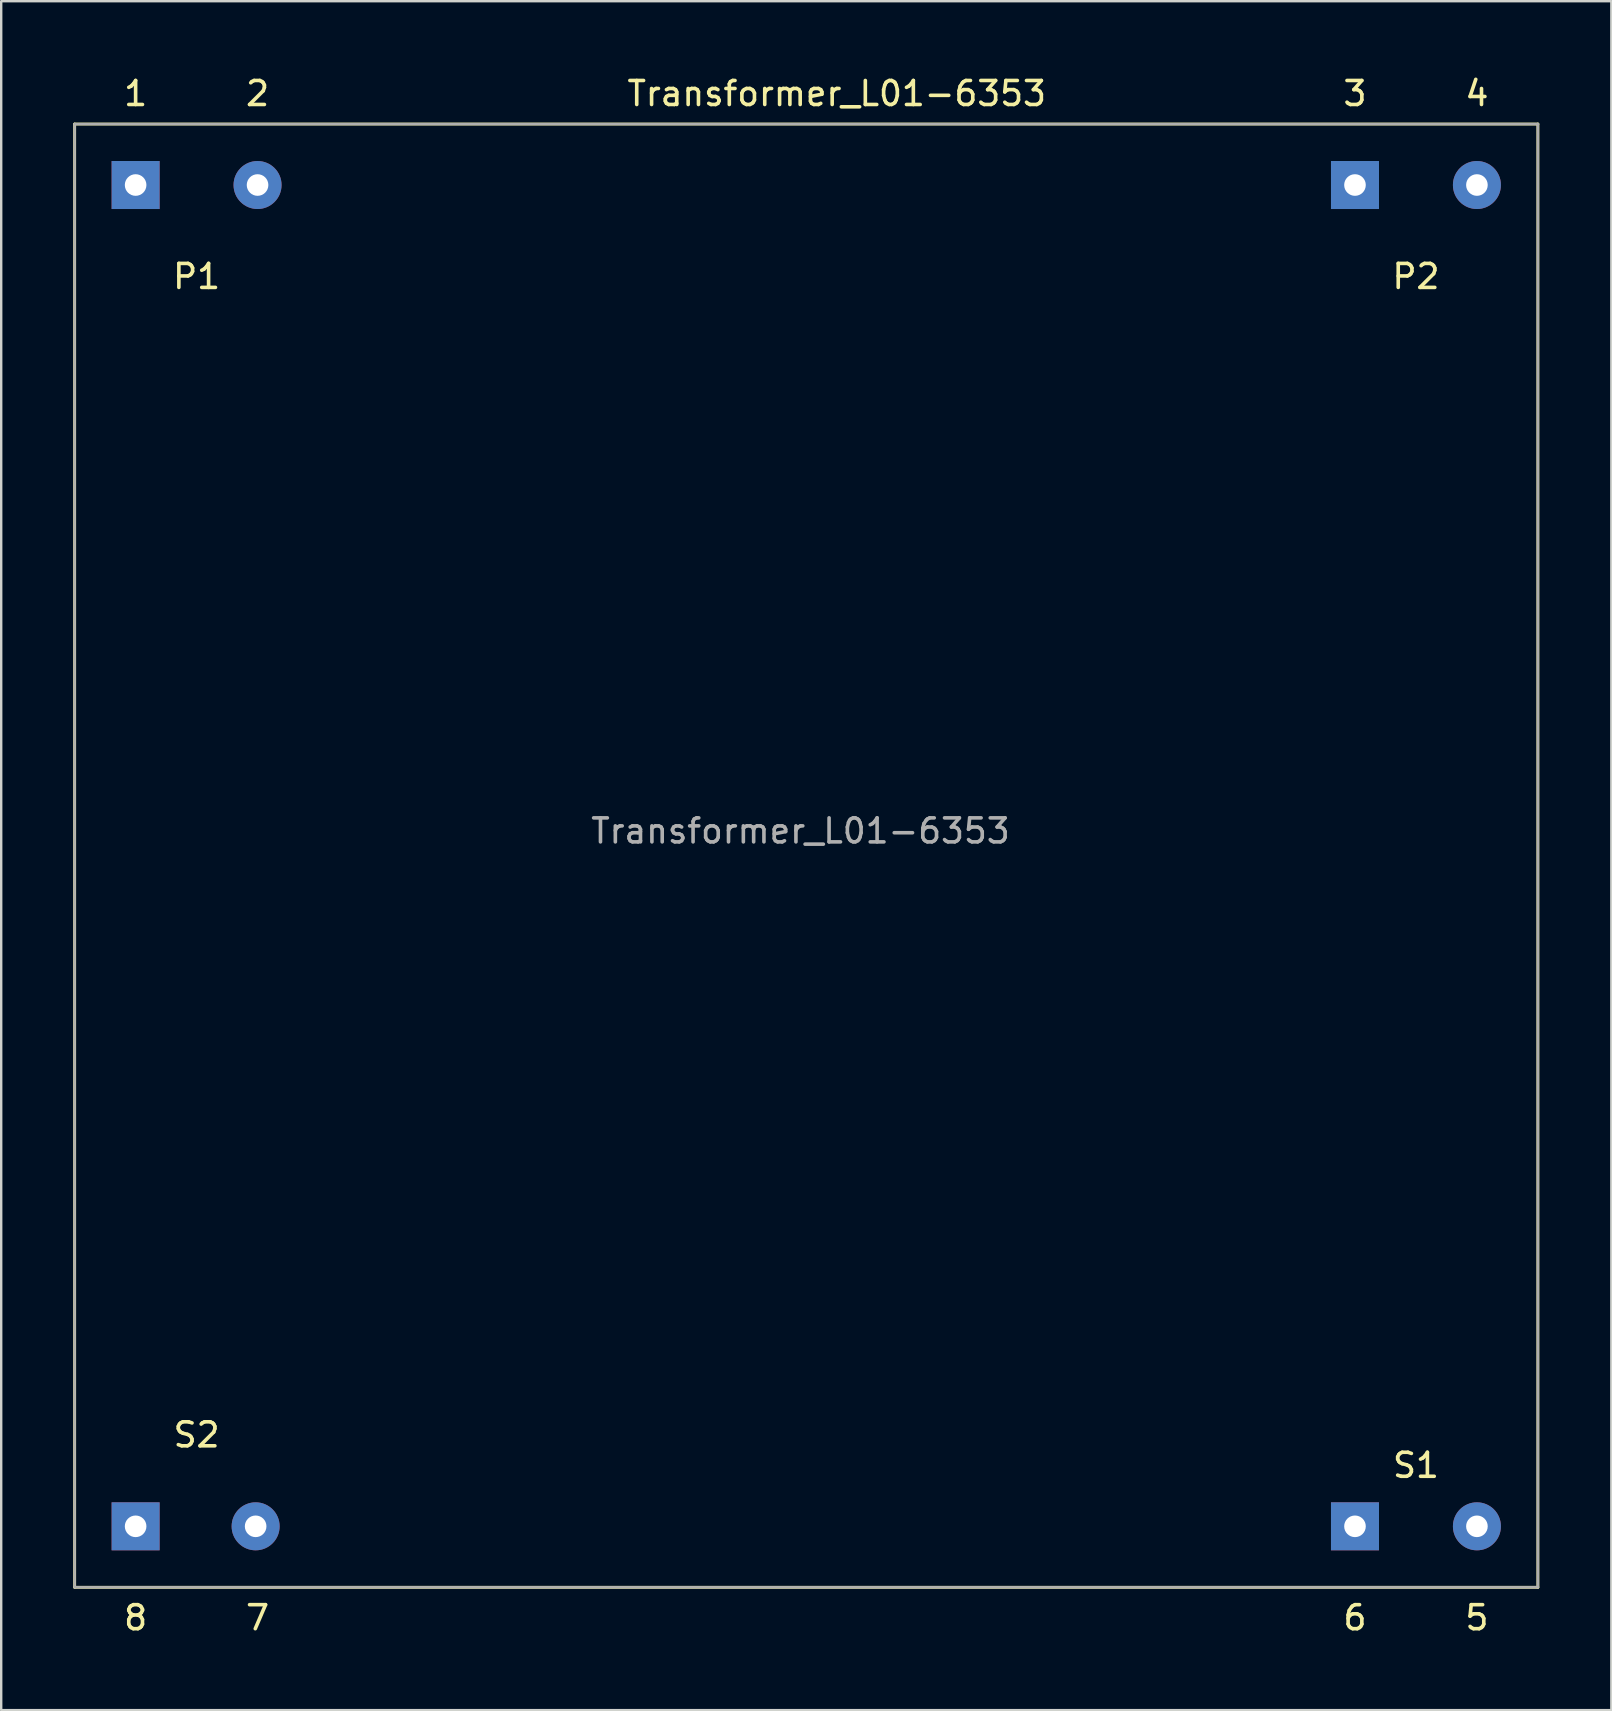
<source format=kicad_pcb>
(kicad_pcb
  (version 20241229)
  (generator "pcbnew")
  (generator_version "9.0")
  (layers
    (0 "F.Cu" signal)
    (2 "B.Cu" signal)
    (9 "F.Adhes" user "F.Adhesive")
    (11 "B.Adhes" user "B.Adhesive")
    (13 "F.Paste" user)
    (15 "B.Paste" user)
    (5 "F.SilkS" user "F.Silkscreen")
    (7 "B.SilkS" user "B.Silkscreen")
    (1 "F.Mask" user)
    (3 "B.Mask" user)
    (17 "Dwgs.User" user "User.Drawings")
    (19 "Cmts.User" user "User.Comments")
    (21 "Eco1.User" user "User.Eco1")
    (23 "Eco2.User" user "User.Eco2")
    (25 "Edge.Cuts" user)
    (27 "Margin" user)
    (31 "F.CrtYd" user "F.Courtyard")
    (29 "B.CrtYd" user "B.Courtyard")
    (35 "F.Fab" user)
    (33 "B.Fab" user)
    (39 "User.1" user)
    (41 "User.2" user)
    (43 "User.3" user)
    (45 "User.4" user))
  (footprint "Transformer_L01-6353"
    (layer "F.Cu")
    (at 2.6 60.538)
    (property "Reference" "Transformer_L01-6353" (at 29.21 -59.69 0) (layer "F.SilkS") (effects (font (size 1 1) (thickness 0.15))))
    (attr through_hole)
    (fp_line (start -2.54 -58.42) (end -2.54 2.54) (stroke (width 0.12) (type solid)) (layer "F.SilkS"))
    (fp_line (start -2.54 2.54) (end 58.42 2.54) (stroke (width 0.12) (type solid)) (layer "F.SilkS"))
    (fp_line (start 58.42 -58.42) (end -2.54 -58.42) (stroke (width 0.12) (type solid)) (layer "F.SilkS"))
    (fp_line (start 58.42 2.54) (end 58.42 -58.42) (stroke (width 0.12) (type solid)) (layer "F.SilkS"))
    (fp_line (start -2.54 -58.42) (end -2.54 2.54) (stroke (width 0.1) (type solid)) (layer "F.Fab"))
    (fp_line (start -2.54 2.54) (end 58.42 2.54) (stroke (width 0.1) (type solid)) (layer "F.Fab"))
    (fp_line (start 58.42 -58.42) (end -2.54 -58.42) (stroke (width 0.1) (type solid)) (layer "F.Fab"))
    (fp_line (start 58.42 2.54) (end 58.42 -58.42) (stroke (width 0.1) (type solid)) (layer "F.Fab"))
    (fp_text user "6" (at 50.8 3.81 0) (layer "F.SilkS") (effects (font (size 1 1) (thickness 0.15))))
    (fp_text user "S2" (at 2.54 -3.81 0) (layer "F.SilkS") (effects (font (size 1 1) (thickness 0.15))))
    (fp_text user "S1" (at 53.34 -2.54 0) (layer "F.SilkS") (effects (font (size 1 1) (thickness 0.15))))
    (fp_text user "2" (at 5.08 -59.69 0) (layer "F.SilkS") (effects (font (size 1 1) (thickness 0.15))))
    (fp_text user "1" (at 0 -59.69 0) (layer "F.SilkS") (effects (font (size 1 1) (thickness 0.15))))
    (fp_text user "P2" (at 53.34 -52.07 0) (layer "F.SilkS") (effects (font (size 1 1) (thickness 0.15))))
    (fp_text user "8" (at 0 3.81 0) (layer "F.SilkS") (effects (font (size 1 1) (thickness 0.15))))
    (fp_text user "7" (at 5.08 3.81 0) (layer "F.SilkS") (effects (font (size 1 1) (thickness 0.15))))
    (fp_text user "5" (at 55.88 3.81 0) (layer "F.SilkS") (effects (font (size 1 1) (thickness 0.15))))
    (fp_text user "P1" (at 2.54 -52.07 0) (layer "F.SilkS") (effects (font (size 1 1) (thickness 0.15))))
    (fp_text user "4" (at 55.88 -59.69 0) (layer "F.SilkS") (effects (font (size 1 1) (thickness 0.15))))
    (fp_text user "3" (at 50.8 -59.69 0) (layer "F.SilkS") (effects (font (size 1 1) (thickness 0.15))))
    (fp_text user "${REFERENCE}" (at 27.7 -28.97 0) (layer "F.Fab") (effects (font (size 1 1) (thickness 0.15))))
    (pad "1" thru_hole rect (at 0 -55.88) (size 2 2) (drill 0.9) (layers "*.Cu" "*.Mask"))
    (pad "2" thru_hole circle (at 5.08 -55.88) (size 2 2) (drill 0.9) (layers "*.Cu" "*.Mask"))
    (pad "3" thru_hole rect (at 50.8 -55.88) (size 2 2) (drill 0.9) (layers "*.Cu" "*.Mask"))
    (pad "4" thru_hole circle (at 55.88 -55.88) (size 2 2) (drill 0.9) (layers "*.Cu" "*.Mask"))
    (pad "5" thru_hole circle (at 55.88 0) (size 2 2) (drill 0.9) (layers "*.Cu" "*.Mask"))
    (pad "6" thru_hole rect (at 50.8 0) (size 2 2) (drill 0.9) (layers "*.Cu" "*.Mask"))
    (pad "7" thru_hole circle (at 5 0) (size 2 2) (drill 0.9) (layers "*.Cu" "*.Mask"))
    (pad "8" thru_hole rect (at 0 0) (size 2 2) (drill 0.9) (layers "*.Cu" "*.Mask")))
  (gr_rect
    (start -3 -3)
    (end 64.08 68.197)
    (stroke (width 0.1) (type default))
    (fill no)
    (layer "Edge.Cuts")))
</source>
